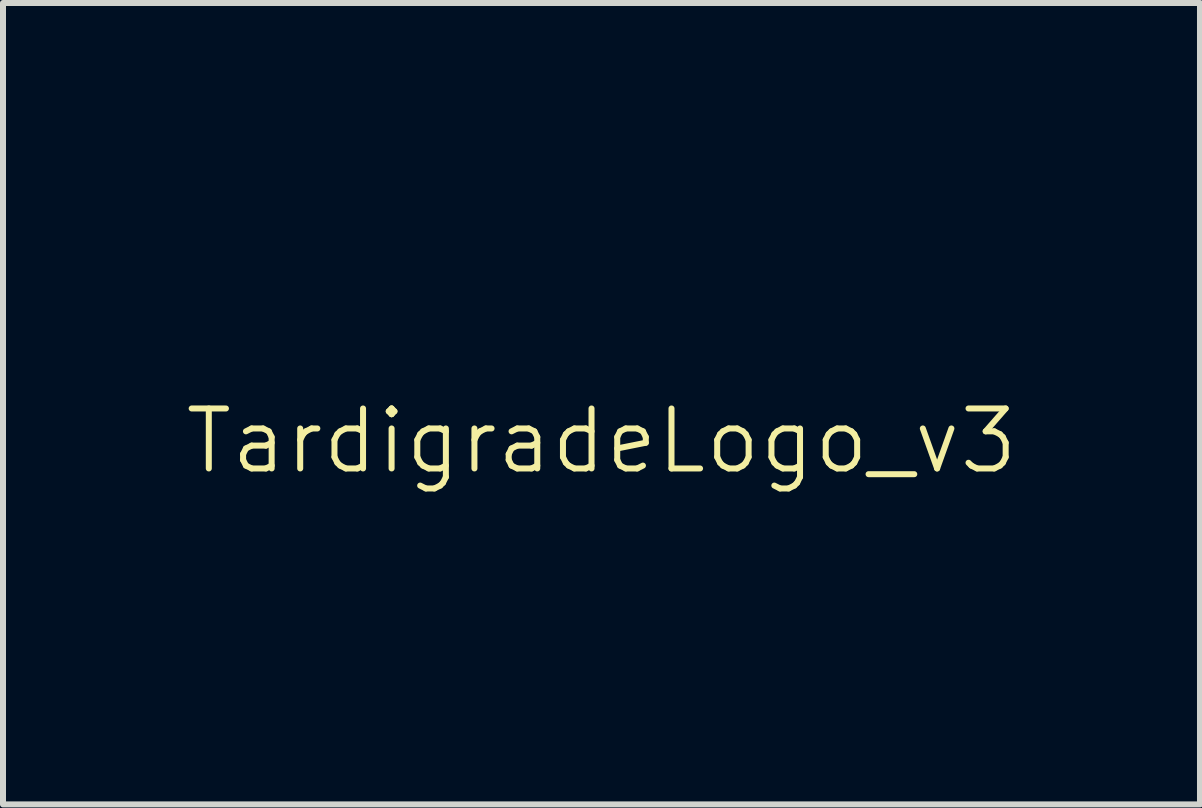
<source format=kicad_pcb>
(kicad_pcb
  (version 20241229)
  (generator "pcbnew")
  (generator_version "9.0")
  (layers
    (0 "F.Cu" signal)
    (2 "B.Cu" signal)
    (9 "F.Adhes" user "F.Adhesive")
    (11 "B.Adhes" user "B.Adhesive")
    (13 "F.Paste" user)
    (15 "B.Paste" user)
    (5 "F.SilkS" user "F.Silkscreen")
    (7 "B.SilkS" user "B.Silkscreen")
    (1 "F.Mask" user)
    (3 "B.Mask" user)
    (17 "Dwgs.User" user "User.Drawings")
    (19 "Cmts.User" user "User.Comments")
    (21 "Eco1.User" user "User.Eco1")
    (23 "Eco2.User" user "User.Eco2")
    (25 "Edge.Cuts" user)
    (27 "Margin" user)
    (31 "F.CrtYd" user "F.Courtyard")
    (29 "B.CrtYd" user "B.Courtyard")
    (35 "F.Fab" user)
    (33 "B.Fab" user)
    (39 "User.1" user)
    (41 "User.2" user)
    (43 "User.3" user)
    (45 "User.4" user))
  (footprint "TardigradeLogo_v3"
    (layer "F.Cu")
    (at 6.979 4.803)
    (property "Reference" "TardigradeLogo_v3" (at 0 -0.5 0) (unlocked yes) (layer "F.SilkS") (effects (font (size 1 1) (thickness 0.1))))
    (attr smd board_only)
    (fp_line (start -6.007 -0.009) (end -6 -0.09) (stroke (width 0.2) (type solid)) (layer "F.Mask"))
    (fp_line (start -6.007 0.113) (end -6.007 -0.009) (stroke (width 0.2) (type solid)) (layer "F.Mask"))
    (fp_line (start -6 -0.171) (end -5.987 -0.327) (stroke (width 0.2) (type solid)) (layer "F.Mask"))
    (fp_line (start -6 -0.09) (end -6 -0.171) (stroke (width 0.2) (type solid)) (layer "F.Mask"))
    (fp_line (start -6 0.194) (end -6.007 0.113) (stroke (width 0.2) (type solid)) (layer "F.Mask"))
    (fp_line (start -6 0.276) (end -6 0.194) (stroke (width 0.2) (type solid)) (layer "F.Mask"))
    (fp_line (start -5.994 0.343) (end -6 0.276) (stroke (width 0.2) (type solid)) (layer "F.Mask"))
    (fp_line (start -5.989 0.408) (end -5.994 0.343) (stroke (width 0.2) (type solid)) (layer "F.Mask"))
    (fp_line (start -5.987 -0.327) (end -5.974 -0.449) (stroke (width 0.2) (type solid)) (layer "F.Mask"))
    (fp_line (start -5.983 0.473) (end -5.989 0.408) (stroke (width 0.2) (type solid)) (layer "F.Mask"))
    (fp_line (start -5.976 0.537) (end -5.983 0.473) (stroke (width 0.2) (type solid)) (layer "F.Mask"))
    (fp_line (start -5.974 -0.449) (end -5.958 -0.566) (stroke (width 0.2) (type solid)) (layer "F.Mask"))
    (fp_line (start -5.968 0.602) (end -5.976 0.537) (stroke (width 0.2) (type solid)) (layer "F.Mask"))
    (fp_line (start -5.959 0.666) (end -5.968 0.602) (stroke (width 0.2) (type solid)) (layer "F.Mask"))
    (fp_line (start -5.958 -0.566) (end -5.939 -0.681) (stroke (width 0.2) (type solid)) (layer "F.Mask"))
    (fp_line (start -5.95 0.73) (end -5.959 0.666) (stroke (width 0.2) (type solid)) (layer "F.Mask"))
    (fp_line (start -5.939 0.794) (end -5.95 0.73) (stroke (width 0.2) (type solid)) (layer "F.Mask"))
    (fp_line (start -5.939 -0.681) (end -5.917 -0.793) (stroke (width 0.2) (type solid)) (layer "F.Mask"))
    (fp_line (start -5.928 0.858) (end -5.939 0.794) (stroke (width 0.2) (type solid)) (layer "F.Mask"))
    (fp_line (start -5.917 -0.793) (end -5.891 -0.905) (stroke (width 0.2) (type solid)) (layer "F.Mask"))
    (fp_line (start -5.908 0.965) (end -5.928 0.858) (stroke (width 0.2) (type solid)) (layer "F.Mask"))
    (fp_line (start -5.891 -0.905) (end -5.862 -1.018) (stroke (width 0.2) (type solid)) (layer "F.Mask"))
    (fp_line (start -5.887 1.065) (end -5.908 0.965) (stroke (width 0.2) (type solid)) (layer "F.Mask"))
    (fp_line (start -5.865 1.161) (end -5.887 1.065) (stroke (width 0.2) (type solid)) (layer "F.Mask"))
    (fp_line (start -5.862 -1.018) (end -5.829 -1.132) (stroke (width 0.2) (type solid)) (layer "F.Mask"))
    (fp_line (start -5.852 1.207) (end -5.865 1.161) (stroke (width 0.2) (type solid)) (layer "F.Mask"))
    (fp_line (start -5.838 1.253) (end -5.852 1.207) (stroke (width 0.2) (type solid)) (layer "F.Mask"))
    (fp_line (start -5.829 -1.132) (end -5.792 -1.248) (stroke (width 0.2) (type solid)) (layer "F.Mask"))
    (fp_line (start -5.824 1.298) (end -5.838 1.253) (stroke (width 0.2) (type solid)) (layer "F.Mask"))
    (fp_line (start -5.808 1.343) (end -5.824 1.298) (stroke (width 0.2) (type solid)) (layer "F.Mask"))
    (fp_line (start -5.792 -1.248) (end -5.71 -1.475) (stroke (width 0.2) (type solid)) (layer "F.Mask"))
    (fp_line (start -5.79 1.388) (end -5.808 1.343) (stroke (width 0.2) (type solid)) (layer "F.Mask"))
    (fp_line (start -5.771 1.434) (end -5.79 1.388) (stroke (width 0.2) (type solid)) (layer "F.Mask"))
    (fp_line (start -5.75 1.48) (end -5.771 1.434) (stroke (width 0.2) (type solid)) (layer "F.Mask"))
    (fp_line (start -5.727 1.527) (end -5.75 1.48) (stroke (width 0.2) (type solid)) (layer "F.Mask"))
    (fp_line (start -5.71 -1.475) (end -5.617 -1.694) (stroke (width 0.2) (type solid)) (layer "F.Mask"))
    (fp_line (start -5.702 1.574) (end -5.727 1.527) (stroke (width 0.2) (type solid)) (layer "F.Mask"))
    (fp_line (start -5.675 1.624) (end -5.702 1.574) (stroke (width 0.2) (type solid)) (layer "F.Mask"))
    (fp_line (start -5.654 1.659) (end -5.675 1.624) (stroke (width 0.2) (type solid)) (layer "F.Mask"))
    (fp_line (start -5.633 1.694) (end -5.654 1.659) (stroke (width 0.2) (type solid)) (layer "F.Mask"))
    (fp_line (start -5.617 -1.694) (end -5.513 -1.907) (stroke (width 0.2) (type solid)) (layer "F.Mask"))
    (fp_line (start -5.612 1.729) (end -5.633 1.694) (stroke (width 0.2) (type solid)) (layer "F.Mask"))
    (fp_line (start -5.59 1.764) (end -5.612 1.729) (stroke (width 0.2) (type solid)) (layer "F.Mask"))
    (fp_line (start -5.567 1.798) (end -5.59 1.764) (stroke (width 0.2) (type solid)) (layer "F.Mask"))
    (fp_line (start -5.555 1.815) (end -5.567 1.798) (stroke (width 0.2) (type solid)) (layer "F.Mask"))
    (fp_line (start -5.543 1.831) (end -5.555 1.815) (stroke (width 0.2) (type solid)) (layer "F.Mask"))
    (fp_line (start -5.53 1.847) (end -5.543 1.831) (stroke (width 0.2) (type solid)) (layer "F.Mask"))
    (fp_line (start -5.517 1.863) (end -5.53 1.847) (stroke (width 0.2) (type solid)) (layer "F.Mask"))
    (fp_line (start -5.513 -1.907) (end -5.398 -2.112) (stroke (width 0.2) (type solid)) (layer "F.Mask"))
    (fp_line (start -5.504 1.879) (end -5.517 1.863) (stroke (width 0.2) (type solid)) (layer "F.Mask"))
    (fp_line (start -5.491 1.894) (end -5.504 1.879) (stroke (width 0.2) (type solid)) (layer "F.Mask"))
    (fp_line (start -5.463 1.924) (end -5.491 1.894) (stroke (width 0.2) (type solid)) (layer "F.Mask"))
    (fp_line (start -5.435 1.952) (end -5.463 1.924) (stroke (width 0.2) (type solid)) (layer "F.Mask"))
    (fp_line (start -5.406 1.979) (end -5.435 1.952) (stroke (width 0.2) (type solid)) (layer "F.Mask"))
    (fp_line (start -5.398 -2.112) (end -5.274 -2.31) (stroke (width 0.2) (type solid)) (layer "F.Mask"))
    (fp_line (start -5.376 2.005) (end -5.406 1.979) (stroke (width 0.2) (type solid)) (layer "F.Mask"))
    (fp_line (start -5.345 2.03) (end -5.376 2.005) (stroke (width 0.2) (type solid)) (layer "F.Mask"))
    (fp_line (start -5.313 2.054) (end -5.345 2.03) (stroke (width 0.2) (type solid)) (layer "F.Mask"))
    (fp_line (start -5.28 2.076) (end -5.313 2.054) (stroke (width 0.2) (type solid)) (layer "F.Mask"))
    (fp_line (start -5.274 -2.31) (end -5.141 -2.501) (stroke (width 0.2) (type solid)) (layer "F.Mask"))
    (fp_line (start -5.246 2.097) (end -5.28 2.076) (stroke (width 0.2) (type solid)) (layer "F.Mask"))
    (fp_line (start -5.212 2.117) (end -5.246 2.097) (stroke (width 0.2) (type solid)) (layer "F.Mask"))
    (fp_line (start -5.177 2.135) (end -5.212 2.117) (stroke (width 0.2) (type solid)) (layer "F.Mask"))
    (fp_line (start -5.141 2.152) (end -5.177 2.135) (stroke (width 0.2) (type solid)) (layer "F.Mask"))
    (fp_line (start -5.141 -2.501) (end -4.998 -2.685) (stroke (width 0.2) (type solid)) (layer "F.Mask"))
    (fp_line (start -5.104 2.167) (end -5.141 2.152) (stroke (width 0.2) (type solid)) (layer "F.Mask"))
    (fp_line (start -5.091 -0.336) (end -5.091 -0.392) (stroke (width 0.2) (type solid)) (layer "F.Mask"))
    (fp_line (start -5.091 -0.392) (end -5.088 -0.446) (stroke (width 0.2) (type solid)) (layer "F.Mask"))
    (fp_line (start -5.09 -0.278) (end -5.091 -0.336) (stroke (width 0.2) (type solid)) (layer "F.Mask"))
    (fp_line (start -5.088 -0.446) (end -5.084 -0.499) (stroke (width 0.2) (type solid)) (layer "F.Mask"))
    (fp_line (start -5.084 -0.499) (end -5.077 -0.549) (stroke (width 0.2) (type solid)) (layer "F.Mask"))
    (fp_line (start -5.083 -0.256) (end -5.09 -0.278) (stroke (width 0.2) (type solid)) (layer "F.Mask"))
    (fp_line (start -5.077 -0.549) (end -5.069 -0.598) (stroke (width 0.2) (type solid)) (layer "F.Mask"))
    (fp_line (start -5.076 -0.234) (end -5.083 -0.256) (stroke (width 0.2) (type solid)) (layer "F.Mask"))
    (fp_line (start -5.069 -0.598) (end -5.06 -0.645) (stroke (width 0.2) (type solid)) (layer "F.Mask"))
    (fp_line (start -5.069 -0.214) (end -5.076 -0.234) (stroke (width 0.2) (type solid)) (layer "F.Mask"))
    (fp_line (start -5.067 2.18) (end -5.104 2.167) (stroke (width 0.2) (type solid)) (layer "F.Mask"))
    (fp_line (start -5.061 -0.195) (end -5.069 -0.214) (stroke (width 0.2) (type solid)) (layer "F.Mask"))
    (fp_line (start -5.06 -0.645) (end -5.048 -0.691) (stroke (width 0.2) (type solid)) (layer "F.Mask"))
    (fp_line (start -5.054 -0.176) (end -5.061 -0.195) (stroke (width 0.2) (type solid)) (layer "F.Mask"))
    (fp_line (start -5.048 -0.691) (end -5.035 -0.735) (stroke (width 0.2) (type solid)) (layer "F.Mask"))
    (fp_line (start -5.046 -0.159) (end -5.054 -0.176) (stroke (width 0.2) (type solid)) (layer "F.Mask"))
    (fp_line (start -5.039 -0.142) (end -5.046 -0.159) (stroke (width 0.2) (type solid)) (layer "F.Mask"))
    (fp_line (start -5.035 -0.735) (end -5.02 -0.778) (stroke (width 0.2) (type solid)) (layer "F.Mask"))
    (fp_line (start -5.031 -0.126) (end -5.039 -0.142) (stroke (width 0.2) (type solid)) (layer "F.Mask"))
    (fp_line (start -5.028 2.192) (end -5.067 2.18) (stroke (width 0.2) (type solid)) (layer "F.Mask"))
    (fp_line (start -5.023 -0.11) (end -5.031 -0.126) (stroke (width 0.2) (type solid)) (layer "F.Mask"))
    (fp_line (start -5.02 -0.778) (end -4.987 -0.859) (stroke (width 0.2) (type solid)) (layer "F.Mask"))
    (fp_line (start -5.016 -0.096) (end -5.023 -0.11) (stroke (width 0.2) (type solid)) (layer "F.Mask"))
    (fp_line (start -5.008 -0.082) (end -5.016 -0.096) (stroke (width 0.2) (type solid)) (layer "F.Mask"))
    (fp_line (start -5.001 -0.069) (end -5.008 -0.082) (stroke (width 0.2) (type solid)) (layer "F.Mask"))
    (fp_line (start -4.998 -2.685) (end -4.846 -2.862) (stroke (width 0.2) (type solid)) (layer "F.Mask"))
    (fp_line (start -4.993 -0.057) (end -5.001 -0.069) (stroke (width 0.2) (type solid)) (layer "F.Mask"))
    (fp_line (start -4.989 2.202) (end -5.028 2.192) (stroke (width 0.2) (type solid)) (layer "F.Mask"))
    (fp_line (start -4.987 -0.859) (end -4.948 -0.936) (stroke (width 0.2) (type solid)) (layer "F.Mask"))
    (fp_line (start -4.986 -0.046) (end -4.993 -0.057) (stroke (width 0.2) (type solid)) (layer "F.Mask"))
    (fp_line (start -4.979 -0.035) (end -4.986 -0.046) (stroke (width 0.2) (type solid)) (layer "F.Mask"))
    (fp_line (start -4.972 -0.025) (end -4.979 -0.035) (stroke (width 0.2) (type solid)) (layer "F.Mask"))
    (fp_line (start -4.965 -0.016) (end -4.972 -0.025) (stroke (width 0.2) (type solid)) (layer "F.Mask"))
    (fp_line (start -4.959 -0.007) (end -4.965 -0.016) (stroke (width 0.2) (type solid)) (layer "F.Mask"))
    (fp_line (start -4.95 2.21) (end -4.989 2.202) (stroke (width 0.2) (type solid)) (layer "F.Mask"))
    (fp_line (start -4.948 -0.936) (end -4.905 -1.008) (stroke (width 0.2) (type solid)) (layer "F.Mask"))
    (fp_line (start -4.947 0.007) (end -4.959 -0.007) (stroke (width 0.2) (type solid)) (layer "F.Mask"))
    (fp_line (start -4.936 0.02) (end -4.947 0.007) (stroke (width 0.2) (type solid)) (layer "F.Mask"))
    (fp_line (start -4.927 0.029) (end -4.936 0.02) (stroke (width 0.2) (type solid)) (layer "F.Mask"))
    (fp_line (start -4.919 0.036) (end -4.927 0.029) (stroke (width 0.2) (type solid)) (layer "F.Mask"))
    (fp_line (start -4.914 0.041) (end -4.919 0.036) (stroke (width 0.2) (type solid)) (layer "F.Mask"))
    (fp_line (start -4.91 0.043) (end -4.914 0.041) (stroke (width 0.2) (type solid)) (layer "F.Mask"))
    (fp_line (start -4.909 0.043) (end -4.91 0.043) (stroke (width 0.2) (type solid)) (layer "F.Mask"))
    (fp_line (start -4.909 0.043) (end -4.909 0.043) (stroke (width 0.2) (type solid)) (layer "F.Mask"))
    (fp_line (start -4.905 -1.008) (end -4.857 -1.076) (stroke (width 0.2) (type solid)) (layer "F.Mask"))
    (fp_line (start -4.889 2.215) (end -4.95 2.21) (stroke (width 0.2) (type solid)) (layer "F.Mask"))
    (fp_line (start -4.887 0.063) (end -4.909 0.043) (stroke (width 0.2) (type solid)) (layer "F.Mask"))
    (fp_line (start -4.865 0.082) (end -4.887 0.063) (stroke (width 0.2) (type solid)) (layer "F.Mask"))
    (fp_line (start -4.857 -1.076) (end -4.806 -1.142) (stroke (width 0.2) (type solid)) (layer "F.Mask"))
    (fp_line (start -4.846 -2.862) (end -4.686 -3.031) (stroke (width 0.2) (type solid)) (layer "F.Mask"))
    (fp_line (start -4.843 0.1) (end -4.865 0.082) (stroke (width 0.2) (type solid)) (layer "F.Mask"))
    (fp_line (start -4.821 0.116) (end -4.843 0.1) (stroke (width 0.2) (type solid)) (layer "F.Mask"))
    (fp_line (start -4.806 -1.142) (end -4.751 -1.205) (stroke (width 0.2) (type solid)) (layer "F.Mask"))
    (fp_line (start -4.8 0.132) (end -4.821 0.116) (stroke (width 0.2) (type solid)) (layer "F.Mask"))
    (fp_line (start -4.778 0.147) (end -4.8 0.132) (stroke (width 0.2) (type solid)) (layer "F.Mask"))
    (fp_line (start -4.774 2.226) (end -4.889 2.215) (stroke (width 0.2) (type solid)) (layer "F.Mask"))
    (fp_line (start -4.757 0.162) (end -4.778 0.147) (stroke (width 0.2) (type solid)) (layer "F.Mask"))
    (fp_line (start -4.751 -1.205) (end -4.694 -1.266) (stroke (width 0.2) (type solid)) (layer "F.Mask"))
    (fp_line (start -4.744 2.226) (end -4.774 2.226) (stroke (width 0.2) (type solid)) (layer "F.Mask"))
    (fp_line (start -4.736 0.175) (end -4.757 0.162) (stroke (width 0.2) (type solid)) (layer "F.Mask"))
    (fp_line (start -4.715 0.187) (end -4.736 0.175) (stroke (width 0.2) (type solid)) (layer "F.Mask"))
    (fp_line (start -4.715 2.226) (end -4.744 2.226) (stroke (width 0.2) (type solid)) (layer "F.Mask"))
    (fp_line (start -4.695 0.199) (end -4.715 0.187) (stroke (width 0.2) (type solid)) (layer "F.Mask"))
    (fp_line (start -4.694 -1.266) (end -4.573 -1.384) (stroke (width 0.2) (type solid)) (layer "F.Mask"))
    (fp_line (start -4.687 2.225) (end -4.715 2.226) (stroke (width 0.2) (type solid)) (layer "F.Mask"))
    (fp_line (start -4.686 -3.031) (end -4.518 -3.193) (stroke (width 0.2) (type solid)) (layer "F.Mask"))
    (fp_line (start -4.659 2.223) (end -4.687 2.225) (stroke (width 0.2) (type solid)) (layer "F.Mask"))
    (fp_line (start -4.656 0.22) (end -4.695 0.199) (stroke (width 0.2) (type solid)) (layer "F.Mask"))
    (fp_line (start -4.631 2.221) (end -4.659 2.223) (stroke (width 0.2) (type solid)) (layer "F.Mask"))
    (fp_line (start -4.619 0.238) (end -4.656 0.22) (stroke (width 0.2) (type solid)) (layer "F.Mask"))
    (fp_line (start -4.603 2.217) (end -4.631 2.221) (stroke (width 0.2) (type solid)) (layer "F.Mask"))
    (fp_line (start -4.584 0.253) (end -4.619 0.238) (stroke (width 0.2) (type solid)) (layer "F.Mask"))
    (fp_line (start -4.576 2.213) (end -4.603 2.217) (stroke (width 0.2) (type solid)) (layer "F.Mask"))
    (fp_line (start -4.573 -1.384) (end -4.449 -1.501) (stroke (width 0.2) (type solid)) (layer "F.Mask"))
    (fp_line (start -4.552 0.266) (end -4.584 0.253) (stroke (width 0.2) (type solid)) (layer "F.Mask"))
    (fp_line (start -4.55 2.208) (end -4.576 2.213) (stroke (width 0.2) (type solid)) (layer "F.Mask"))
    (fp_line (start -4.523 0.276) (end -4.552 0.266) (stroke (width 0.2) (type solid)) (layer "F.Mask"))
    (fp_line (start -4.523 2.202) (end -4.55 2.208) (stroke (width 0.2) (type solid)) (layer "F.Mask"))
    (fp_line (start -4.518 -3.193) (end -4.342 -3.347) (stroke (width 0.2) (type solid)) (layer "F.Mask"))
    (fp_line (start -4.498 0.285) (end -4.523 0.276) (stroke (width 0.2) (type solid)) (layer "F.Mask"))
    (fp_line (start -4.497 2.195) (end -4.523 2.202) (stroke (width 0.2) (type solid)) (layer "F.Mask"))
    (fp_line (start -4.476 0.291) (end -4.498 0.285) (stroke (width 0.2) (type solid)) (layer "F.Mask"))
    (fp_line (start -4.47 2.186) (end -4.497 2.195) (stroke (width 0.2) (type solid)) (layer "F.Mask"))
    (fp_line (start -4.449 -1.501) (end -4.355 -1.572) (stroke (width 0.2) (type solid)) (layer "F.Mask"))
    (fp_line (start -4.446 0.298) (end -4.476 0.291) (stroke (width 0.2) (type solid)) (layer "F.Mask"))
    (fp_line (start -4.444 2.177) (end -4.47 2.186) (stroke (width 0.2) (type solid)) (layer "F.Mask"))
    (fp_line (start -4.435 0.3) (end -4.446 0.298) (stroke (width 0.2) (type solid)) (layer "F.Mask"))
    (fp_line (start -4.418 2.166) (end -4.444 2.177) (stroke (width 0.2) (type solid)) (layer "F.Mask"))
    (fp_line (start -4.392 2.154) (end -4.418 2.166) (stroke (width 0.2) (type solid)) (layer "F.Mask"))
    (fp_line (start -4.366 2.14) (end -4.392 2.154) (stroke (width 0.2) (type solid)) (layer "F.Mask"))
    (fp_line (start -4.355 -1.572) (end -4.266 -1.636) (stroke (width 0.2) (type solid)) (layer "F.Mask"))
    (fp_line (start -4.342 -3.347) (end -4.158 -3.494) (stroke (width 0.2) (type solid)) (layer "F.Mask"))
    (fp_line (start -4.34 2.125) (end -4.366 2.14) (stroke (width 0.2) (type solid)) (layer "F.Mask"))
    (fp_line (start -4.326 0.325) (end -4.435 0.3) (stroke (width 0.2) (type solid)) (layer "F.Mask"))
    (fp_line (start -4.318 2.111) (end -4.34 2.125) (stroke (width 0.2) (type solid)) (layer "F.Mask"))
    (fp_line (start -4.297 2.097) (end -4.318 2.111) (stroke (width 0.2) (type solid)) (layer "F.Mask"))
    (fp_line (start -4.277 2.083) (end -4.297 2.097) (stroke (width 0.2) (type solid)) (layer "F.Mask"))
    (fp_line (start -4.266 -1.636) (end -4.181 -1.693) (stroke (width 0.2) (type solid)) (layer "F.Mask"))
    (fp_line (start -4.259 2.068) (end -4.277 2.083) (stroke (width 0.2) (type solid)) (layer "F.Mask"))
    (fp_line (start -4.241 2.054) (end -4.259 2.068) (stroke (width 0.2) (type solid)) (layer "F.Mask"))
    (fp_line (start -4.224 2.039) (end -4.241 2.054) (stroke (width 0.2) (type solid)) (layer "F.Mask"))
    (fp_line (start -4.208 2.023) (end -4.224 2.039) (stroke (width 0.2) (type solid)) (layer "F.Mask"))
    (fp_line (start -4.192 2.008) (end -4.208 2.023) (stroke (width 0.2) (type solid)) (layer "F.Mask"))
    (fp_line (start -4.181 -1.693) (end -4.101 -1.743) (stroke (width 0.2) (type solid)) (layer "F.Mask"))
    (fp_line (start -4.177 1.992) (end -4.192 2.008) (stroke (width 0.2) (type solid)) (layer "F.Mask"))
    (fp_line (start -4.161 1.975) (end -4.177 1.992) (stroke (width 0.2) (type solid)) (layer "F.Mask"))
    (fp_line (start -4.158 -3.494) (end -3.968 -3.633) (stroke (width 0.2) (type solid)) (layer "F.Mask"))
    (fp_line (start -4.148 0.35) (end -4.326 0.325) (stroke (width 0.2) (type solid)) (layer "F.Mask"))
    (fp_line (start -4.131 1.941) (end -4.161 1.975) (stroke (width 0.2) (type solid)) (layer "F.Mask"))
    (fp_line (start -4.101 -1.743) (end -4.025 -1.788) (stroke (width 0.2) (type solid)) (layer "F.Mask"))
    (fp_line (start -4.067 1.867) (end -4.131 1.941) (stroke (width 0.2) (type solid)) (layer "F.Mask"))
    (fp_line (start -4.025 -1.788) (end -3.952 -1.827) (stroke (width 0.2) (type solid)) (layer "F.Mask"))
    (fp_line (start -3.988 1.776) (end -4.067 1.867) (stroke (width 0.2) (type solid)) (layer "F.Mask"))
    (fp_line (start -3.968 -3.633) (end -3.771 -3.764) (stroke (width 0.2) (type solid)) (layer "F.Mask"))
    (fp_line (start -3.952 -1.827) (end -3.882 -1.862) (stroke (width 0.2) (type solid)) (layer "F.Mask"))
    (fp_line (start -3.947 1.73) (end -3.988 1.776) (stroke (width 0.2) (type solid)) (layer "F.Mask"))
    (fp_line (start -3.904 1.683) (end -3.947 1.73) (stroke (width 0.2) (type solid)) (layer "F.Mask"))
    (fp_line (start -3.882 -1.862) (end -3.814 -1.893) (stroke (width 0.2) (type solid)) (layer "F.Mask"))
    (fp_line (start -3.86 1.639) (end -3.904 1.683) (stroke (width 0.2) (type solid)) (layer "F.Mask"))
    (fp_line (start -3.851 0.38) (end -4.148 0.35) (stroke (width 0.2) (type solid)) (layer "F.Mask"))
    (fp_line (start -3.838 1.617) (end -3.86 1.639) (stroke (width 0.2) (type solid)) (layer "F.Mask"))
    (fp_line (start -3.816 1.595) (end -3.838 1.617) (stroke (width 0.2) (type solid)) (layer "F.Mask"))
    (fp_line (start -3.814 -1.893) (end -3.749 -1.921) (stroke (width 0.2) (type solid)) (layer "F.Mask"))
    (fp_line (start -3.793 1.575) (end -3.816 1.595) (stroke (width 0.2) (type solid)) (layer "F.Mask"))
    (fp_line (start -3.771 -3.764) (end -3.567 -3.888) (stroke (width 0.2) (type solid)) (layer "F.Mask"))
    (fp_line (start -3.77 1.555) (end -3.793 1.575) (stroke (width 0.2) (type solid)) (layer "F.Mask"))
    (fp_line (start -3.749 -1.921) (end -3.684 -1.946) (stroke (width 0.2) (type solid)) (layer "F.Mask"))
    (fp_line (start -3.747 1.536) (end -3.77 1.555) (stroke (width 0.2) (type solid)) (layer "F.Mask"))
    (fp_line (start -3.724 1.518) (end -3.747 1.536) (stroke (width 0.2) (type solid)) (layer "F.Mask"))
    (fp_line (start -3.693 1.496) (end -3.724 1.518) (stroke (width 0.2) (type solid)) (layer "F.Mask"))
    (fp_line (start -3.684 -1.946) (end -3.559 -1.99) (stroke (width 0.2) (type solid)) (layer "F.Mask"))
    (fp_line (start -3.662 1.476) (end -3.693 1.496) (stroke (width 0.2) (type solid)) (layer "F.Mask"))
    (fp_line (start -3.632 1.459) (end -3.662 1.476) (stroke (width 0.2) (type solid)) (layer "F.Mask"))
    (fp_line (start -3.602 1.443) (end -3.632 1.459) (stroke (width 0.2) (type solid)) (layer "F.Mask"))
    (fp_line (start -3.572 1.429) (end -3.602 1.443) (stroke (width 0.2) (type solid)) (layer "F.Mask"))
    (fp_line (start -3.567 -3.888) (end -3.358 -4.004) (stroke (width 0.2) (type solid)) (layer "F.Mask"))
    (fp_line (start -3.559 -1.99) (end -3.306 -2.07) (stroke (width 0.2) (type solid)) (layer "F.Mask"))
    (fp_line (start -3.543 1.417) (end -3.572 1.429) (stroke (width 0.2) (type solid)) (layer "F.Mask"))
    (fp_line (start -3.513 1.407) (end -3.543 1.417) (stroke (width 0.2) (type solid)) (layer "F.Mask"))
    (fp_line (start -3.482 1.398) (end -3.513 1.407) (stroke (width 0.2) (type solid)) (layer "F.Mask"))
    (fp_line (start -3.452 1.39) (end -3.482 1.398) (stroke (width 0.2) (type solid)) (layer "F.Mask"))
    (fp_line (start -3.421 1.384) (end -3.452 1.39) (stroke (width 0.2) (type solid)) (layer "F.Mask"))
    (fp_line (start -3.407 0.412) (end -3.851 0.38) (stroke (width 0.2) (type solid)) (layer "F.Mask"))
    (fp_line (start -3.389 1.378) (end -3.421 1.384) (stroke (width 0.2) (type solid)) (layer "F.Mask"))
    (fp_line (start -3.358 -4.004) (end -3.249 -4.06) (stroke (width 0.2) (type solid)) (layer "F.Mask"))
    (fp_line (start -3.356 1.374) (end -3.389 1.378) (stroke (width 0.2) (type solid)) (layer "F.Mask"))
    (fp_line (start -3.306 -2.07) (end -3.218 -2.085) (stroke (width 0.2) (type solid)) (layer "F.Mask"))
    (fp_line (start -3.289 1.366) (end -3.356 1.374) (stroke (width 0.2) (type solid)) (layer "F.Mask"))
    (fp_line (start -3.249 -4.06) (end -3.138 -4.114) (stroke (width 0.2) (type solid)) (layer "F.Mask"))
    (fp_line (start -3.218 -2.085) (end -3.128 -2.097) (stroke (width 0.2) (type solid)) (layer "F.Mask"))
    (fp_line (start -3.216 1.361) (end -3.289 1.366) (stroke (width 0.2) (type solid)) (layer "F.Mask"))
    (fp_line (start -3.138 -4.114) (end -3.026 -4.165) (stroke (width 0.2) (type solid)) (layer "F.Mask"))
    (fp_line (start -3.128 -2.097) (end -3.038 -2.104) (stroke (width 0.2) (type solid)) (layer "F.Mask"))
    (fp_line (start -3.038 -2.104) (end -2.948 -2.109) (stroke (width 0.2) (type solid)) (layer "F.Mask"))
    (fp_line (start -3.026 -4.165) (end -2.914 -4.214) (stroke (width 0.2) (type solid)) (layer "F.Mask"))
    (fp_line (start -3.013 1.379) (end -3.216 1.361) (stroke (width 0.2) (type solid)) (layer "F.Mask"))
    (fp_line (start -2.966 1.388) (end -3.013 1.379) (stroke (width 0.2) (type solid)) (layer "F.Mask"))
    (fp_line (start -2.948 -2.109) (end -2.858 -2.111) (stroke (width 0.2) (type solid)) (layer "F.Mask"))
    (fp_line (start -2.92 1.398) (end -2.966 1.388) (stroke (width 0.2) (type solid)) (layer "F.Mask"))
    (fp_line (start -2.914 -4.214) (end -2.8 -4.26) (stroke (width 0.2) (type solid)) (layer "F.Mask"))
    (fp_line (start -2.875 1.409) (end -2.92 1.398) (stroke (width 0.2) (type solid)) (layer "F.Mask"))
    (fp_line (start -2.858 -2.111) (end -2.769 -2.11) (stroke (width 0.2) (type solid)) (layer "F.Mask"))
    (fp_line (start -2.832 1.421) (end -2.875 1.409) (stroke (width 0.2) (type solid)) (layer "F.Mask"))
    (fp_line (start -2.8 -4.26) (end -2.686 -4.304) (stroke (width 0.2) (type solid)) (layer "F.Mask"))
    (fp_line (start -2.79 1.436) (end -2.832 1.421) (stroke (width 0.2) (type solid)) (layer "F.Mask"))
    (fp_line (start -2.789 0.442) (end -3.407 0.412) (stroke (width 0.2) (type solid)) (layer "F.Mask"))
    (fp_line (start -2.769 -2.11) (end -2.681 -2.106) (stroke (width 0.2) (type solid)) (layer "F.Mask"))
    (fp_line (start -2.749 1.451) (end -2.79 1.436) (stroke (width 0.2) (type solid)) (layer "F.Mask"))
    (fp_line (start -2.709 1.469) (end -2.749 1.451) (stroke (width 0.2) (type solid)) (layer "F.Mask"))
    (fp_line (start -2.686 -4.304) (end -2.571 -4.346) (stroke (width 0.2) (type solid)) (layer "F.Mask"))
    (fp_line (start -2.681 -2.106) (end -2.596 -2.1) (stroke (width 0.2) (type solid)) (layer "F.Mask"))
    (fp_line (start -2.67 1.487) (end -2.709 1.469) (stroke (width 0.2) (type solid)) (layer "F.Mask"))
    (fp_line (start -2.631 1.508) (end -2.67 1.487) (stroke (width 0.2) (type solid)) (layer "F.Mask"))
    (fp_line (start -2.596 -2.1) (end -2.512 -2.092) (stroke (width 0.2) (type solid)) (layer "F.Mask"))
    (fp_line (start -2.594 1.53) (end -2.631 1.508) (stroke (width 0.2) (type solid)) (layer "F.Mask"))
    (fp_line (start -2.571 -4.346) (end -2.455 -4.385) (stroke (width 0.2) (type solid)) (layer "F.Mask"))
    (fp_line (start -2.557 1.555) (end -2.594 1.53) (stroke (width 0.2) (type solid)) (layer "F.Mask"))
    (fp_line (start -2.521 1.581) (end -2.557 1.555) (stroke (width 0.2) (type solid)) (layer "F.Mask"))
    (fp_line (start -2.512 -2.092) (end -2.431 -2.082) (stroke (width 0.2) (type solid)) (layer "F.Mask"))
    (fp_line (start -2.486 1.609) (end -2.521 1.581) (stroke (width 0.2) (type solid)) (layer "F.Mask"))
    (fp_line (start -2.455 -4.385) (end -2.221 -4.456) (stroke (width 0.2) (type solid)) (layer "F.Mask"))
    (fp_line (start -2.451 1.639) (end -2.486 1.609) (stroke (width 0.2) (type solid)) (layer "F.Mask"))
    (fp_line (start -2.431 -2.082) (end -2.278 -2.058) (stroke (width 0.2) (type solid)) (layer "F.Mask"))
    (fp_line (start -2.417 1.671) (end -2.451 1.639) (stroke (width 0.2) (type solid)) (layer "F.Mask"))
    (fp_line (start -2.383 1.705) (end -2.417 1.671) (stroke (width 0.2) (type solid)) (layer "F.Mask"))
    (fp_line (start -2.358 1.731) (end -2.383 1.705) (stroke (width 0.2) (type solid)) (layer "F.Mask"))
    (fp_line (start -2.334 1.759) (end -2.358 1.731) (stroke (width 0.2) (type solid)) (layer "F.Mask"))
    (fp_line (start -2.311 1.786) (end -2.334 1.759) (stroke (width 0.2) (type solid)) (layer "F.Mask"))
    (fp_line (start -2.288 1.814) (end -2.311 1.786) (stroke (width 0.2) (type solid)) (layer "F.Mask"))
    (fp_line (start -2.278 -2.058) (end -2.141 -2.029) (stroke (width 0.2) (type solid)) (layer "F.Mask"))
    (fp_line (start -2.221 -4.456) (end -1.984 -4.519) (stroke (width 0.2) (type solid)) (layer "F.Mask"))
    (fp_line (start -2.199 1.929) (end -2.288 1.814) (stroke (width 0.2) (type solid)) (layer "F.Mask"))
    (fp_line (start -2.154 1.985) (end -2.199 1.929) (stroke (width 0.2) (type solid)) (layer "F.Mask"))
    (fp_line (start -2.141 -2.029) (end -2.024 -1.998) (stroke (width 0.2) (type solid)) (layer "F.Mask"))
    (fp_line (start -2.131 2.013) (end -2.154 1.985) (stroke (width 0.2) (type solid)) (layer "F.Mask"))
    (fp_line (start -2.107 2.04) (end -2.131 2.013) (stroke (width 0.2) (type solid)) (layer "F.Mask"))
    (fp_line (start -2.082 2.067) (end -2.107 2.04) (stroke (width 0.2) (type solid)) (layer "F.Mask"))
    (fp_line (start -2.057 2.093) (end -2.082 2.067) (stroke (width 0.2) (type solid)) (layer "F.Mask"))
    (fp_line (start -2.031 2.118) (end -2.057 2.093) (stroke (width 0.2) (type solid)) (layer "F.Mask"))
    (fp_line (start -2.024 -1.998) (end -1.927 -1.963) (stroke (width 0.2) (type solid)) (layer "F.Mask"))
    (fp_line (start -2.003 2.142) (end -2.031 2.118) (stroke (width 0.2) (type solid)) (layer "F.Mask"))
    (fp_line (start -1.984 -4.519) (end -1.744 -4.573) (stroke (width 0.2) (type solid)) (layer "F.Mask"))
    (fp_line (start -1.982 2.16) (end -2.003 2.142) (stroke (width 0.2) (type solid)) (layer "F.Mask"))
    (fp_line (start -1.968 0.468) (end -2.789 0.442) (stroke (width 0.2) (type solid)) (layer "F.Mask"))
    (fp_line (start -1.959 2.178) (end -1.982 2.16) (stroke (width 0.2) (type solid)) (layer "F.Mask"))
    (fp_line (start -1.933 2.196) (end -1.959 2.178) (stroke (width 0.2) (type solid)) (layer "F.Mask"))
    (fp_line (start -1.927 -1.963) (end -1.834 -1.927) (stroke (width 0.2) (type solid)) (layer "F.Mask"))
    (fp_line (start -1.907 2.214) (end -1.933 2.196) (stroke (width 0.2) (type solid)) (layer "F.Mask"))
    (fp_line (start -1.85 2.251) (end -1.907 2.214) (stroke (width 0.2) (type solid)) (layer "F.Mask"))
    (fp_line (start -1.834 -1.927) (end -1.747 -1.891) (stroke (width 0.2) (type solid)) (layer "F.Mask"))
    (fp_line (start -1.79 2.287) (end -1.85 2.251) (stroke (width 0.2) (type solid)) (layer "F.Mask"))
    (fp_line (start -1.747 -1.891) (end -1.664 -1.854) (stroke (width 0.2) (type solid)) (layer "F.Mask"))
    (fp_line (start -1.744 -4.573) (end -1.502 -4.618) (stroke (width 0.2) (type solid)) (layer "F.Mask"))
    (fp_line (start -1.729 2.32) (end -1.79 2.287) (stroke (width 0.2) (type solid)) (layer "F.Mask"))
    (fp_line (start -1.698 2.335) (end -1.729 2.32) (stroke (width 0.2) (type solid)) (layer "F.Mask"))
    (fp_line (start -1.668 2.35) (end -1.698 2.335) (stroke (width 0.2) (type solid)) (layer "F.Mask"))
    (fp_line (start -1.664 -1.854) (end -1.586 -1.817) (stroke (width 0.2) (type solid)) (layer "F.Mask"))
    (fp_line (start -1.639 2.363) (end -1.668 2.35) (stroke (width 0.2) (type solid)) (layer "F.Mask"))
    (fp_line (start -1.61 2.376) (end -1.639 2.363) (stroke (width 0.2) (type solid)) (layer "F.Mask"))
    (fp_line (start -1.586 -1.817) (end -1.514 -1.781) (stroke (width 0.2) (type solid)) (layer "F.Mask"))
    (fp_line (start -1.583 2.386) (end -1.61 2.376) (stroke (width 0.2) (type solid)) (layer "F.Mask"))
    (fp_line (start -1.556 2.396) (end -1.583 2.386) (stroke (width 0.2) (type solid)) (layer "F.Mask"))
    (fp_line (start -1.514 -1.781) (end -1.388 -1.713) (stroke (width 0.2) (type solid)) (layer "F.Mask"))
    (fp_line (start -1.502 -4.618) (end -1.422 -4.63) (stroke (width 0.2) (type solid)) (layer "F.Mask"))
    (fp_line (start -1.501 2.412) (end -1.556 2.396) (stroke (width 0.2) (type solid)) (layer "F.Mask"))
    (fp_line (start -1.444 2.426) (end -1.501 2.412) (stroke (width 0.2) (type solid)) (layer "F.Mask"))
    (fp_line (start -1.422 -4.63) (end -1.342 -4.642) (stroke (width 0.2) (type solid)) (layer "F.Mask"))
    (fp_line (start -1.388 -1.713) (end -1.285 -1.654) (stroke (width 0.2) (type solid)) (layer "F.Mask"))
    (fp_line (start -1.386 2.438) (end -1.444 2.426) (stroke (width 0.2) (type solid)) (layer "F.Mask"))
    (fp_line (start -1.342 -4.642) (end -1.262 -4.652) (stroke (width 0.2) (type solid)) (layer "F.Mask"))
    (fp_line (start -1.326 2.447) (end -1.386 2.438) (stroke (width 0.2) (type solid)) (layer "F.Mask"))
    (fp_line (start -1.285 -1.654) (end -1.21 -1.607) (stroke (width 0.2) (type solid)) (layer "F.Mask"))
    (fp_line (start -1.265 2.453) (end -1.326 2.447) (stroke (width 0.2) (type solid)) (layer "F.Mask"))
    (fp_line (start -1.262 -4.652) (end -1.181 -4.662) (stroke (width 0.2) (type solid)) (layer "F.Mask"))
    (fp_line (start -1.21 -1.607) (end -1.148 -1.564) (stroke (width 0.2) (type solid)) (layer "F.Mask"))
    (fp_line (start -1.203 2.457) (end -1.265 2.453) (stroke (width 0.2) (type solid)) (layer "F.Mask"))
    (fp_line (start -1.181 -4.662) (end -1.101 -4.67) (stroke (width 0.2) (type solid)) (layer "F.Mask"))
    (fp_line (start -1.148 -1.564) (end -1.074 -1.509) (stroke (width 0.2) (type solid)) (layer "F.Mask"))
    (fp_line (start -1.141 2.459) (end -1.203 2.457) (stroke (width 0.2) (type solid)) (layer "F.Mask"))
    (fp_line (start -1.101 -4.67) (end -1.02 -4.677) (stroke (width 0.2) (type solid)) (layer "F.Mask"))
    (fp_line (start -1.079 2.458) (end -1.141 2.459) (stroke (width 0.2) (type solid)) (layer "F.Mask"))
    (fp_line (start -1.074 -1.509) (end -1.008 -1.458) (stroke (width 0.2) (type solid)) (layer "F.Mask"))
    (fp_line (start -1.02 -4.677) (end -0.859 -4.69) (stroke (width 0.2) (type solid)) (layer "F.Mask"))
    (fp_line (start -1.016 2.454) (end -1.079 2.458) (stroke (width 0.2) (type solid)) (layer "F.Mask"))
    (fp_line (start -1.008 -1.458) (end -0.949 -1.411) (stroke (width 0.2) (type solid)) (layer "F.Mask"))
    (fp_line (start -0.954 2.448) (end -1.016 2.454) (stroke (width 0.2) (type solid)) (layer "F.Mask"))
    (fp_line (start -0.949 -1.411) (end -0.897 -1.368) (stroke (width 0.2) (type solid)) (layer "F.Mask"))
    (fp_line (start -0.918 0.486) (end -1.968 0.468) (stroke (width 0.2) (type solid)) (layer "F.Mask"))
    (fp_line (start -0.897 -1.368) (end -0.85 -1.328) (stroke (width 0.2) (type solid)) (layer "F.Mask"))
    (fp_line (start -0.893 2.439) (end -0.954 2.448) (stroke (width 0.2) (type solid)) (layer "F.Mask"))
    (fp_line (start -0.859 -4.69) (end -0.791 -4.696) (stroke (width 0.2) (type solid)) (layer "F.Mask"))
    (fp_line (start -0.85 -1.328) (end -0.808 -1.291) (stroke (width 0.2) (type solid)) (layer "F.Mask"))
    (fp_line (start -0.833 2.427) (end -0.893 2.439) (stroke (width 0.2) (type solid)) (layer "F.Mask"))
    (fp_line (start -0.808 -1.291) (end -0.77 -1.255) (stroke (width 0.2) (type solid)) (layer "F.Mask"))
    (fp_line (start -0.791 -4.696) (end -0.71 -4.696) (stroke (width 0.2) (type solid)) (layer "F.Mask"))
    (fp_line (start -0.774 2.414) (end -0.833 2.427) (stroke (width 0.2) (type solid)) (layer "F.Mask"))
    (fp_line (start -0.77 -1.255) (end -0.736 -1.22) (stroke (width 0.2) (type solid)) (layer "F.Mask"))
    (fp_line (start -0.736 -1.22) (end -0.703 -1.186) (stroke (width 0.2) (type solid)) (layer "F.Mask"))
    (fp_line (start -0.717 2.397) (end -0.774 2.414) (stroke (width 0.2) (type solid)) (layer "F.Mask"))
    (fp_line (start -0.71 -4.696) (end -0.628 -4.703) (stroke (width 0.2) (type solid)) (layer "F.Mask"))
    (fp_line (start -0.703 -1.186) (end -0.672 -1.152) (stroke (width 0.2) (type solid)) (layer "F.Mask"))
    (fp_line (start -0.672 -1.152) (end -0.61 -1.08) (stroke (width 0.2) (type solid)) (layer "F.Mask"))
    (fp_line (start -0.662 2.378) (end -0.717 2.397) (stroke (width 0.2) (type solid)) (layer "F.Mask"))
    (fp_line (start -0.628 -4.703) (end -0.31 -4.703) (stroke (width 0.2) (type solid)) (layer "F.Mask"))
    (fp_line (start -0.61 -1.08) (end -0.466 -0.905) (stroke (width 0.2) (type solid)) (layer "F.Mask"))
    (fp_line (start -0.608 2.356) (end -0.662 2.378) (stroke (width 0.2) (type solid)) (layer "F.Mask"))
    (fp_line (start -0.577 2.342) (end -0.608 2.356) (stroke (width 0.2) (type solid)) (layer "F.Mask"))
    (fp_line (start -0.546 2.327) (end -0.577 2.342) (stroke (width 0.2) (type solid)) (layer "F.Mask"))
    (fp_line (start -0.517 2.312) (end -0.546 2.327) (stroke (width 0.2) (type solid)) (layer "F.Mask"))
    (fp_line (start -0.489 2.296) (end -0.517 2.312) (stroke (width 0.2) (type solid)) (layer "F.Mask"))
    (fp_line (start -0.466 -0.905) (end -0.382 -0.79) (stroke (width 0.2) (type solid)) (layer "F.Mask"))
    (fp_line (start -0.462 2.28) (end -0.489 2.296) (stroke (width 0.2) (type solid)) (layer "F.Mask"))
    (fp_line (start -0.436 2.263) (end -0.462 2.28) (stroke (width 0.2) (type solid)) (layer "F.Mask"))
    (fp_line (start -0.411 2.246) (end -0.436 2.263) (stroke (width 0.2) (type solid)) (layer "F.Mask"))
    (fp_line (start -0.386 2.228) (end -0.411 2.246) (stroke (width 0.2) (type solid)) (layer "F.Mask"))
    (fp_line (start -0.382 -0.79) (end -0.308 -0.677) (stroke (width 0.2) (type solid)) (layer "F.Mask"))
    (fp_line (start -0.362 2.21) (end -0.386 2.228) (stroke (width 0.2) (type solid)) (layer "F.Mask"))
    (fp_line (start -0.338 2.19) (end -0.362 2.21) (stroke (width 0.2) (type solid)) (layer "F.Mask"))
    (fp_line (start -0.314 2.17) (end -0.338 2.19) (stroke (width 0.2) (type solid)) (layer "F.Mask"))
    (fp_line (start -0.31 -4.703) (end -0.229 -4.696) (stroke (width 0.2) (type solid)) (layer "F.Mask"))
    (fp_line (start -0.308 -0.677) (end -0.241 -0.568) (stroke (width 0.2) (type solid)) (layer "F.Mask"))
    (fp_line (start -0.291 2.15) (end -0.314 2.17) (stroke (width 0.2) (type solid)) (layer "F.Mask"))
    (fp_line (start -0.267 2.128) (end -0.291 2.15) (stroke (width 0.2) (type solid)) (layer "F.Mask"))
    (fp_line (start -0.243 2.105) (end -0.267 2.128) (stroke (width 0.2) (type solid)) (layer "F.Mask"))
    (fp_line (start -0.241 -0.568) (end -0.182 -0.464) (stroke (width 0.2) (type solid)) (layer "F.Mask"))
    (fp_line (start -0.229 -4.696) (end -0.148 -4.696) (stroke (width 0.2) (type solid)) (layer "F.Mask"))
    (fp_line (start -0.195 2.057) (end -0.243 2.105) (stroke (width 0.2) (type solid)) (layer "F.Mask"))
    (fp_line (start -0.182 -0.464) (end -0.131 -0.364) (stroke (width 0.2) (type solid)) (layer "F.Mask"))
    (fp_line (start -0.178 2.039) (end -0.195 2.057) (stroke (width 0.2) (type solid)) (layer "F.Mask"))
    (fp_line (start -0.161 2.02) (end -0.178 2.039) (stroke (width 0.2) (type solid)) (layer "F.Mask"))
    (fp_line (start -0.148 -4.696) (end -0.073 -4.69) (stroke (width 0.2) (type solid)) (layer "F.Mask"))
    (fp_line (start -0.144 2) (end -0.161 2.02) (stroke (width 0.2) (type solid)) (layer "F.Mask"))
    (fp_line (start -0.131 -0.364) (end -0.087 -0.27) (stroke (width 0.2) (type solid)) (layer "F.Mask"))
    (fp_line (start -0.126 1.979) (end -0.144 2) (stroke (width 0.2) (type solid)) (layer "F.Mask"))
    (fp_line (start -0.091 1.935) (end -0.126 1.979) (stroke (width 0.2) (type solid)) (layer "F.Mask"))
    (fp_line (start -0.087 -0.27) (end -0.049 -0.182) (stroke (width 0.2) (type solid)) (layer "F.Mask"))
    (fp_line (start -0.073 -4.69) (end 0.005 -4.685) (stroke (width 0.2) (type solid)) (layer "F.Mask"))
    (fp_line (start -0.057 1.889) (end -0.091 1.935) (stroke (width 0.2) (type solid)) (layer "F.Mask"))
    (fp_line (start -0.049 -0.182) (end -0.017 -0.1) (stroke (width 0.2) (type solid)) (layer "F.Mask"))
    (fp_line (start -0.024 1.841) (end -0.057 1.889) (stroke (width 0.2) (type solid)) (layer "F.Mask"))
    (fp_line (start -0.017 -0.1) (end 0.031 0.04) (stroke (width 0.2) (type solid)) (layer "F.Mask"))
    (fp_line (start 0.005 -4.685) (end 0.083 -4.68) (stroke (width 0.2) (type solid)) (layer "F.Mask"))
    (fp_line (start 0.007 1.794) (end -0.024 1.841) (stroke (width 0.2) (type solid)) (layer "F.Mask"))
    (fp_line (start 0.031 0.04) (end 0.061 0.146) (stroke (width 0.2) (type solid)) (layer "F.Mask"))
    (fp_line (start 0.036 1.748) (end 0.007 1.794) (stroke (width 0.2) (type solid)) (layer "F.Mask"))
    (fp_line (start 0.061 0.146) (end 0.08 0.237) (stroke (width 0.2) (type solid)) (layer "F.Mask"))
    (fp_line (start 0.061 1.705) (end 0.036 1.748) (stroke (width 0.2) (type solid)) (layer "F.Mask"))
    (fp_line (start 0.08 0.237) (end 0.111 0.508) (stroke (width 0.2) (type solid)) (layer "F.Mask"))
    (fp_line (start 0.083 -4.68) (end 0.161 -4.673) (stroke (width 0.2) (type solid)) (layer "F.Mask"))
    (fp_line (start 0.084 1.664) (end 0.061 1.705) (stroke (width 0.2) (type solid)) (layer "F.Mask"))
    (fp_line (start 0.097 1.64) (end 0.084 1.664) (stroke (width 0.2) (type solid)) (layer "F.Mask"))
    (fp_line (start 0.11 1.614) (end 0.097 1.64) (stroke (width 0.2) (type solid)) (layer "F.Mask"))
    (fp_line (start 0.111 0.508) (end 0.132 0.755) (stroke (width 0.2) (type solid)) (layer "F.Mask"))
    (fp_line (start 0.123 1.588) (end 0.11 1.614) (stroke (width 0.2) (type solid)) (layer "F.Mask"))
    (fp_line (start 0.132 0.755) (end 0.146 0.975) (stroke (width 0.2) (type solid)) (layer "F.Mask"))
    (fp_line (start 0.135 1.563) (end 0.123 1.588) (stroke (width 0.2) (type solid)) (layer "F.Mask"))
    (fp_line (start 0.14 1.552) (end 0.135 1.563) (stroke (width 0.2) (type solid)) (layer "F.Mask"))
    (fp_line (start 0.144 1.541) (end 0.14 1.552) (stroke (width 0.2) (type solid)) (layer "F.Mask"))
    (fp_line (start 0.146 0.975) (end 0.154 1.164) (stroke (width 0.2) (type solid)) (layer "F.Mask"))
    (fp_line (start 0.148 1.531) (end 0.144 1.541) (stroke (width 0.2) (type solid)) (layer "F.Mask"))
    (fp_line (start 0.15 1.522) (end 0.148 1.531) (stroke (width 0.2) (type solid)) (layer "F.Mask"))
    (fp_line (start 0.154 1.164) (end 0.159 1.432) (stroke (width 0.2) (type solid)) (layer "F.Mask"))
    (fp_line (start 0.159 1.432) (end 0.157 1.529) (stroke (width 0.2) (type solid)) (layer "F.Mask"))
    (fp_line (start 0.159 1.529) (end 0.15 1.522) (stroke (width 0.2) (type solid)) (layer "F.Mask"))
    (fp_line (start 0.161 -4.673) (end 0.239 -4.666) (stroke (width 0.2) (type solid)) (layer "F.Mask"))
    (fp_line (start 0.168 1.537) (end 0.159 1.529) (stroke (width 0.2) (type solid)) (layer "F.Mask"))
    (fp_line (start 0.177 1.547) (end 0.168 1.537) (stroke (width 0.2) (type solid)) (layer "F.Mask"))
    (fp_line (start 0.186 1.557) (end 0.177 1.547) (stroke (width 0.2) (type solid)) (layer "F.Mask"))
    (fp_line (start 0.196 1.569) (end 0.186 1.557) (stroke (width 0.2) (type solid)) (layer "F.Mask"))
    (fp_line (start 0.205 1.581) (end 0.196 1.569) (stroke (width 0.2) (type solid)) (layer "F.Mask"))
    (fp_line (start 0.225 1.607) (end 0.205 1.581) (stroke (width 0.2) (type solid)) (layer "F.Mask"))
    (fp_line (start 0.239 -4.666) (end 0.317 -4.657) (stroke (width 0.2) (type solid)) (layer "F.Mask"))
    (fp_line (start 0.262 1.66) (end 0.225 1.607) (stroke (width 0.2) (type solid)) (layer "F.Mask"))
    (fp_line (start 0.28 1.684) (end 0.262 1.66) (stroke (width 0.2) (type solid)) (layer "F.Mask"))
    (fp_line (start 0.296 1.705) (end 0.28 1.684) (stroke (width 0.2) (type solid)) (layer "F.Mask"))
    (fp_line (start 0.317 -4.657) (end 0.395 -4.647) (stroke (width 0.2) (type solid)) (layer "F.Mask"))
    (fp_line (start 0.332 1.75) (end 0.296 1.705) (stroke (width 0.2) (type solid)) (layer "F.Mask"))
    (fp_line (start 0.369 1.794) (end 0.332 1.75) (stroke (width 0.2) (type solid)) (layer "F.Mask"))
    (fp_line (start 0.395 -4.647) (end 0.473 -4.636) (stroke (width 0.2) (type solid)) (layer "F.Mask"))
    (fp_line (start 0.407 1.836) (end 0.369 1.794) (stroke (width 0.2) (type solid)) (layer "F.Mask"))
    (fp_line (start 0.447 1.878) (end 0.407 1.836) (stroke (width 0.2) (type solid)) (layer "F.Mask"))
    (fp_line (start 0.467 1.898) (end 0.447 1.878) (stroke (width 0.2) (type solid)) (layer "F.Mask"))
    (fp_line (start 0.473 -4.636) (end 0.55 -4.624) (stroke (width 0.2) (type solid)) (layer "F.Mask"))
    (fp_line (start 0.487 1.918) (end 0.467 1.898) (stroke (width 0.2) (type solid)) (layer "F.Mask"))
    (fp_line (start 0.508 1.938) (end 0.487 1.918) (stroke (width 0.2) (type solid)) (layer "F.Mask"))
    (fp_line (start 0.529 1.957) (end 0.508 1.938) (stroke (width 0.2) (type solid)) (layer "F.Mask"))
    (fp_line (start 0.55 -4.624) (end 0.802 -4.58) (stroke (width 0.2) (type solid)) (layer "F.Mask"))
    (fp_line (start 0.55 1.976) (end 0.529 1.957) (stroke (width 0.2) (type solid)) (layer "F.Mask"))
    (fp_line (start 0.572 1.995) (end 0.55 1.976) (stroke (width 0.2) (type solid)) (layer "F.Mask"))
    (fp_line (start 0.595 2.013) (end 0.572 1.995) (stroke (width 0.2) (type solid)) (layer "F.Mask"))
    (fp_line (start 0.618 2.031) (end 0.595 2.013) (stroke (width 0.2) (type solid)) (layer "F.Mask"))
    (fp_line (start 0.659 2.061) (end 0.618 2.031) (stroke (width 0.2) (type solid)) (layer "F.Mask"))
    (fp_line (start 0.7 2.09) (end 0.659 2.061) (stroke (width 0.2) (type solid)) (layer "F.Mask"))
    (fp_line (start 0.743 2.118) (end 0.7 2.09) (stroke (width 0.2) (type solid)) (layer "F.Mask"))
    (fp_line (start 0.787 2.145) (end 0.743 2.118) (stroke (width 0.2) (type solid)) (layer "F.Mask"))
    (fp_line (start 0.802 -4.58) (end 1.051 -4.527) (stroke (width 0.2) (type solid)) (layer "F.Mask"))
    (fp_line (start 0.809 2.158) (end 0.787 2.145) (stroke (width 0.2) (type solid)) (layer "F.Mask"))
    (fp_line (start 0.831 2.17) (end 0.809 2.158) (stroke (width 0.2) (type solid)) (layer "F.Mask"))
    (fp_line (start 0.853 2.182) (end 0.831 2.17) (stroke (width 0.2) (type solid)) (layer "F.Mask"))
    (fp_line (start 0.876 2.193) (end 0.853 2.182) (stroke (width 0.2) (type solid)) (layer "F.Mask"))
    (fp_line (start 0.899 2.204) (end 0.876 2.193) (stroke (width 0.2) (type solid)) (layer "F.Mask"))
    (fp_line (start 0.923 2.214) (end 0.899 2.204) (stroke (width 0.2) (type solid)) (layer "F.Mask"))
    (fp_line (start 0.946 2.224) (end 0.923 2.214) (stroke (width 0.2) (type solid)) (layer "F.Mask"))
    (fp_line (start 0.97 2.233) (end 0.946 2.224) (stroke (width 0.2) (type solid)) (layer "F.Mask"))
    (fp_line (start 1.051 -4.527) (end 1.296 -4.464) (stroke (width 0.2) (type solid)) (layer "F.Mask"))
    (fp_line (start 1.052 2.256) (end 0.97 2.233) (stroke (width 0.2) (type solid)) (layer "F.Mask"))
    (fp_line (start 1.121 2.274) (end 1.052 2.256) (stroke (width 0.2) (type solid)) (layer "F.Mask"))
    (fp_line (start 1.189 2.289) (end 1.121 2.274) (stroke (width 0.2) (type solid)) (layer "F.Mask"))
    (fp_line (start 1.257 2.299) (end 1.189 2.289) (stroke (width 0.2) (type solid)) (layer "F.Mask"))
    (fp_line (start 1.296 -4.464) (end 1.538 -4.391) (stroke (width 0.2) (type solid)) (layer "F.Mask"))
    (fp_line (start 1.325 2.306) (end 1.257 2.299) (stroke (width 0.2) (type solid)) (layer "F.Mask"))
    (fp_line (start 1.392 2.309) (end 1.325 2.306) (stroke (width 0.2) (type solid)) (layer "F.Mask"))
    (fp_line (start 1.459 2.308) (end 1.392 2.309) (stroke (width 0.2) (type solid)) (layer "F.Mask"))
    (fp_line (start 1.525 2.303) (end 1.459 2.308) (stroke (width 0.2) (type solid)) (layer "F.Mask"))
    (fp_line (start 1.538 -4.391) (end 1.658 -4.351) (stroke (width 0.2) (type solid)) (layer "F.Mask"))
    (fp_line (start 1.591 2.294) (end 1.525 2.303) (stroke (width 0.2) (type solid)) (layer "F.Mask"))
    (fp_line (start 1.655 2.28) (end 1.591 2.294) (stroke (width 0.2) (type solid)) (layer "F.Mask"))
    (fp_line (start 1.658 -4.351) (end 1.777 -4.308) (stroke (width 0.2) (type solid)) (layer "F.Mask"))
    (fp_line (start 1.719 2.263) (end 1.655 2.28) (stroke (width 0.2) (type solid)) (layer "F.Mask"))
    (fp_line (start 1.777 -4.308) (end 1.895 -4.263) (stroke (width 0.2) (type solid)) (layer "F.Mask"))
    (fp_line (start 1.782 2.242) (end 1.719 2.263) (stroke (width 0.2) (type solid)) (layer "F.Mask"))
    (fp_line (start 1.844 2.216) (end 1.782 2.242) (stroke (width 0.2) (type solid)) (layer "F.Mask"))
    (fp_line (start 1.895 -4.263) (end 2.013 -4.215) (stroke (width 0.2) (type solid)) (layer "F.Mask"))
    (fp_line (start 1.905 2.186) (end 1.844 2.216) (stroke (width 0.2) (type solid)) (layer "F.Mask"))
    (fp_line (start 1.965 2.152) (end 1.905 2.186) (stroke (width 0.2) (type solid)) (layer "F.Mask"))
    (fp_line (start 2.013 -4.215) (end 2.129 -4.164) (stroke (width 0.2) (type solid)) (layer "F.Mask"))
    (fp_line (start 2.024 2.114) (end 1.965 2.152) (stroke (width 0.2) (type solid)) (layer "F.Mask"))
    (fp_line (start 2.081 2.071) (end 2.024 2.114) (stroke (width 0.2) (type solid)) (layer "F.Mask"))
    (fp_line (start 2.092 2.061) (end 2.081 2.071) (stroke (width 0.2) (type solid)) (layer "F.Mask"))
    (fp_line (start 2.105 2.051) (end 2.092 2.061) (stroke (width 0.2) (type solid)) (layer "F.Mask"))
    (fp_line (start 2.129 -4.164) (end 2.245 -4.111) (stroke (width 0.2) (type solid)) (layer "F.Mask"))
    (fp_line (start 2.131 2.027) (end 2.105 2.051) (stroke (width 0.2) (type solid)) (layer "F.Mask"))
    (fp_line (start 2.16 2) (end 2.131 2.027) (stroke (width 0.2) (type solid)) (layer "F.Mask"))
    (fp_line (start 2.189 1.971) (end 2.16 2) (stroke (width 0.2) (type solid)) (layer "F.Mask"))
    (fp_line (start 2.217 1.941) (end 2.189 1.971) (stroke (width 0.2) (type solid)) (layer "F.Mask"))
    (fp_line (start 2.243 1.912) (end 2.217 1.941) (stroke (width 0.2) (type solid)) (layer "F.Mask"))
    (fp_line (start 2.245 -4.111) (end 2.36 -4.055) (stroke (width 0.2) (type solid)) (layer "F.Mask"))
    (fp_line (start 2.255 1.898) (end 2.243 1.912) (stroke (width 0.2) (type solid)) (layer "F.Mask"))
    (fp_line (start 2.266 1.885) (end 2.255 1.898) (stroke (width 0.2) (type solid)) (layer "F.Mask"))
    (fp_line (start 2.275 1.872) (end 2.266 1.885) (stroke (width 0.2) (type solid)) (layer "F.Mask"))
    (fp_line (start 2.284 1.861) (end 2.275 1.872) (stroke (width 0.2) (type solid)) (layer "F.Mask"))
    (fp_line (start 2.325 1.903) (end 2.284 1.861) (stroke (width 0.2) (type solid)) (layer "F.Mask"))
    (fp_line (start 2.36 -4.055) (end 2.474 -3.997) (stroke (width 0.2) (type solid)) (layer "F.Mask"))
    (fp_line (start 2.363 1.943) (end 2.325 1.903) (stroke (width 0.2) (type solid)) (layer "F.Mask"))
    (fp_line (start 2.4 1.979) (end 2.363 1.943) (stroke (width 0.2) (type solid)) (layer "F.Mask"))
    (fp_line (start 2.419 1.997) (end 2.4 1.979) (stroke (width 0.2) (type solid)) (layer "F.Mask"))
    (fp_line (start 2.438 2.013) (end 2.419 1.997) (stroke (width 0.2) (type solid)) (layer "F.Mask"))
    (fp_line (start 2.457 2.029) (end 2.438 2.013) (stroke (width 0.2) (type solid)) (layer "F.Mask"))
    (fp_line (start 2.474 -3.997) (end 2.586 -3.936) (stroke (width 0.2) (type solid)) (layer "F.Mask"))
    (fp_line (start 2.478 2.045) (end 2.457 2.029) (stroke (width 0.2) (type solid)) (layer "F.Mask"))
    (fp_line (start 2.498 2.06) (end 2.478 2.045) (stroke (width 0.2) (type solid)) (layer "F.Mask"))
    (fp_line (start 2.52 2.074) (end 2.498 2.06) (stroke (width 0.2) (type solid)) (layer "F.Mask"))
    (fp_line (start 2.544 2.088) (end 2.52 2.074) (stroke (width 0.2) (type solid)) (layer "F.Mask"))
    (fp_line (start 2.568 2.102) (end 2.544 2.088) (stroke (width 0.2) (type solid)) (layer "F.Mask"))
    (fp_line (start 2.586 -3.936) (end 2.697 -3.873) (stroke (width 0.2) (type solid)) (layer "F.Mask"))
    (fp_line (start 2.595 2.116) (end 2.568 2.102) (stroke (width 0.2) (type solid)) (layer "F.Mask"))
    (fp_line (start 2.623 2.129) (end 2.595 2.116) (stroke (width 0.2) (type solid)) (layer "F.Mask"))
    (fp_line (start 2.675 2.151) (end 2.623 2.129) (stroke (width 0.2) (type solid)) (layer "F.Mask"))
    (fp_line (start 2.697 -3.873) (end 2.807 -3.808) (stroke (width 0.2) (type solid)) (layer "F.Mask"))
    (fp_line (start 2.728 2.169) (end 2.675 2.151) (stroke (width 0.2) (type solid)) (layer "F.Mask"))
    (fp_line (start 2.782 2.183) (end 2.728 2.169) (stroke (width 0.2) (type solid)) (layer "F.Mask"))
    (fp_line (start 2.807 -3.808) (end 2.916 -3.741) (stroke (width 0.2) (type solid)) (layer "F.Mask"))
    (fp_line (start 2.837 2.194) (end 2.782 2.183) (stroke (width 0.2) (type solid)) (layer "F.Mask"))
    (fp_line (start 2.892 2.201) (end 2.837 2.194) (stroke (width 0.2) (type solid)) (layer "F.Mask"))
    (fp_line (start 2.916 -3.741) (end 3.023 -3.671) (stroke (width 0.2) (type solid)) (layer "F.Mask"))
    (fp_line (start 2.948 2.203) (end 2.892 2.201) (stroke (width 0.2) (type solid)) (layer "F.Mask"))
    (fp_line (start 3.003 2.203) (end 2.948 2.203) (stroke (width 0.2) (type solid)) (layer "F.Mask"))
    (fp_line (start 3.023 -3.671) (end 3.128 -3.599) (stroke (width 0.2) (type solid)) (layer "F.Mask"))
    (fp_line (start 3.059 2.198) (end 3.003 2.203) (stroke (width 0.2) (type solid)) (layer "F.Mask"))
    (fp_line (start 3.113 2.19) (end 3.059 2.198) (stroke (width 0.2) (type solid)) (layer "F.Mask"))
    (fp_line (start 3.128 -3.599) (end 3.232 -3.524) (stroke (width 0.2) (type solid)) (layer "F.Mask"))
    (fp_line (start 3.167 2.177) (end 3.113 2.19) (stroke (width 0.2) (type solid)) (layer "F.Mask"))
    (fp_line (start 3.22 2.161) (end 3.167 2.177) (stroke (width 0.2) (type solid)) (layer "F.Mask"))
    (fp_line (start 3.232 -3.524) (end 3.334 -3.447) (stroke (width 0.2) (type solid)) (layer "F.Mask"))
    (fp_line (start 3.272 2.141) (end 3.22 2.161) (stroke (width 0.2) (type solid)) (layer "F.Mask"))
    (fp_line (start 3.323 2.118) (end 3.272 2.141) (stroke (width 0.2) (type solid)) (layer "F.Mask"))
    (fp_line (start 3.334 -3.447) (end 3.456 -3.342) (stroke (width 0.2) (type solid)) (layer "F.Mask"))
    (fp_line (start 3.371 2.09) (end 3.323 2.118) (stroke (width 0.2) (type solid)) (layer "F.Mask"))
    (fp_line (start 3.418 2.058) (end 3.371 2.09) (stroke (width 0.2) (type solid)) (layer "F.Mask"))
    (fp_line (start 3.456 -3.342) (end 3.734 -3.097) (stroke (width 0.2) (type solid)) (layer "F.Mask"))
    (fp_line (start 3.463 2.023) (end 3.418 2.058) (stroke (width 0.2) (type solid)) (layer "F.Mask"))
    (fp_line (start 3.482 2.006) (end 3.463 2.023) (stroke (width 0.2) (type solid)) (layer "F.Mask"))
    (fp_line (start 3.501 1.989) (end 3.482 2.006) (stroke (width 0.2) (type solid)) (layer "F.Mask"))
    (fp_line (start 3.511 1.98) (end 3.501 1.989) (stroke (width 0.2) (type solid)) (layer "F.Mask"))
    (fp_line (start 3.52 1.97) (end 3.511 1.98) (stroke (width 0.2) (type solid)) (layer "F.Mask"))
    (fp_line (start 3.529 1.961) (end 3.52 1.97) (stroke (width 0.2) (type solid)) (layer "F.Mask"))
    (fp_line (start 3.538 1.951) (end 3.529 1.961) (stroke (width 0.2) (type solid)) (layer "F.Mask"))
    (fp_line (start 3.546 1.942) (end 3.538 1.951) (stroke (width 0.2) (type solid)) (layer "F.Mask"))
    (fp_line (start 3.555 1.932) (end 3.546 1.942) (stroke (width 0.2) (type solid)) (layer "F.Mask"))
    (fp_line (start 3.563 1.922) (end 3.555 1.932) (stroke (width 0.2) (type solid)) (layer "F.Mask"))
    (fp_line (start 3.571 1.911) (end 3.563 1.922) (stroke (width 0.2) (type solid)) (layer "F.Mask"))
    (fp_line (start 3.578 1.901) (end 3.571 1.911) (stroke (width 0.2) (type solid)) (layer "F.Mask"))
    (fp_line (start 3.585 1.89) (end 3.578 1.901) (stroke (width 0.2) (type solid)) (layer "F.Mask"))
    (fp_line (start 3.592 1.879) (end 3.585 1.89) (stroke (width 0.2) (type solid)) (layer "F.Mask"))
    (fp_line (start 3.598 1.867) (end 3.592 1.879) (stroke (width 0.2) (type solid)) (layer "F.Mask"))
    (fp_line (start 3.667 1.955) (end 3.598 1.867) (stroke (width 0.2) (type solid)) (layer "F.Mask"))
    (fp_line (start 3.68 1.968) (end 3.667 1.955) (stroke (width 0.2) (type solid)) (layer "F.Mask"))
    (fp_line (start 3.693 1.981) (end 3.68 1.968) (stroke (width 0.2) (type solid)) (layer "F.Mask"))
    (fp_line (start 3.707 1.994) (end 3.693 1.981) (stroke (width 0.2) (type solid)) (layer "F.Mask"))
    (fp_line (start 3.722 2.007) (end 3.707 1.994) (stroke (width 0.2) (type solid)) (layer "F.Mask"))
    (fp_line (start 3.734 -3.097) (end 3.816 -3.016) (stroke (width 0.2) (type solid)) (layer "F.Mask"))
    (fp_line (start 3.737 2.019) (end 3.722 2.007) (stroke (width 0.2) (type solid)) (layer "F.Mask"))
    (fp_line (start 3.753 2.031) (end 3.737 2.019) (stroke (width 0.2) (type solid)) (layer "F.Mask"))
    (fp_line (start 3.769 2.043) (end 3.753 2.031) (stroke (width 0.2) (type solid)) (layer "F.Mask"))
    (fp_line (start 3.786 2.055) (end 3.769 2.043) (stroke (width 0.2) (type solid)) (layer "F.Mask"))
    (fp_line (start 3.803 2.066) (end 3.786 2.055) (stroke (width 0.2) (type solid)) (layer "F.Mask"))
    (fp_line (start 3.816 -3.016) (end 3.9 -2.929) (stroke (width 0.2) (type solid)) (layer "F.Mask"))
    (fp_line (start 3.82 2.076) (end 3.803 2.066) (stroke (width 0.2) (type solid)) (layer "F.Mask"))
    (fp_line (start 3.838 2.087) (end 3.82 2.076) (stroke (width 0.2) (type solid)) (layer "F.Mask"))
    (fp_line (start 3.855 2.096) (end 3.838 2.087) (stroke (width 0.2) (type solid)) (layer "F.Mask"))
    (fp_line (start 3.872 2.105) (end 3.855 2.096) (stroke (width 0.2) (type solid)) (layer "F.Mask"))
    (fp_line (start 3.889 2.114) (end 3.872 2.105) (stroke (width 0.2) (type solid)) (layer "F.Mask"))
    (fp_line (start 3.9 -2.929) (end 3.983 -2.838) (stroke (width 0.2) (type solid)) (layer "F.Mask"))
    (fp_line (start 3.906 2.121) (end 3.889 2.114) (stroke (width 0.2) (type solid)) (layer "F.Mask"))
    (fp_line (start 3.923 2.128) (end 3.906 2.121) (stroke (width 0.2) (type solid)) (layer "F.Mask"))
    (fp_line (start 3.936 2.133) (end 3.923 2.128) (stroke (width 0.2) (type solid)) (layer "F.Mask"))
    (fp_line (start 3.95 2.138) (end 3.936 2.133) (stroke (width 0.2) (type solid)) (layer "F.Mask"))
    (fp_line (start 3.979 2.147) (end 3.95 2.138) (stroke (width 0.2) (type solid)) (layer "F.Mask"))
    (fp_line (start 3.983 -2.838) (end 4.065 -2.744) (stroke (width 0.2) (type solid)) (layer "F.Mask"))
    (fp_line (start 4.011 2.156) (end 3.979 2.147) (stroke (width 0.2) (type solid)) (layer "F.Mask"))
    (fp_line (start 4.043 2.163) (end 4.011 2.156) (stroke (width 0.2) (type solid)) (layer "F.Mask"))
    (fp_line (start 4.065 -2.744) (end 4.145 -2.648) (stroke (width 0.2) (type solid)) (layer "F.Mask"))
    (fp_line (start 4.076 2.17) (end 4.043 2.163) (stroke (width 0.2) (type solid)) (layer "F.Mask"))
    (fp_line (start 4.108 2.174) (end 4.076 2.17) (stroke (width 0.2) (type solid)) (layer "F.Mask"))
    (fp_line (start 4.124 2.176) (end 4.108 2.174) (stroke (width 0.2) (type solid)) (layer "F.Mask"))
    (fp_line (start 4.139 2.178) (end 4.124 2.176) (stroke (width 0.2) (type solid)) (layer "F.Mask"))
    (fp_line (start 4.145 -2.648) (end 4.222 -2.551) (stroke (width 0.2) (type solid)) (layer "F.Mask"))
    (fp_line (start 4.153 2.179) (end 4.139 2.178) (stroke (width 0.2) (type solid)) (layer "F.Mask"))
    (fp_line (start 4.167 2.179) (end 4.153 2.179) (stroke (width 0.2) (type solid)) (layer "F.Mask"))
    (fp_line (start 4.222 -2.551) (end 4.294 -2.454) (stroke (width 0.2) (type solid)) (layer "F.Mask"))
    (fp_line (start 4.255 2.179) (end 4.167 2.179) (stroke (width 0.2) (type solid)) (layer "F.Mask"))
    (fp_line (start 4.294 -2.454) (end 4.361 -2.359) (stroke (width 0.2) (type solid)) (layer "F.Mask"))
    (fp_line (start 4.296 2.177) (end 4.255 2.179) (stroke (width 0.2) (type solid)) (layer "F.Mask"))
    (fp_line (start 4.338 2.173) (end 4.296 2.177) (stroke (width 0.2) (type solid)) (layer "F.Mask"))
    (fp_line (start 4.361 -2.359) (end 4.42 -2.27) (stroke (width 0.2) (type solid)) (layer "F.Mask"))
    (fp_line (start 4.38 2.167) (end 4.338 2.173) (stroke (width 0.2) (type solid)) (layer "F.Mask"))
    (fp_line (start 4.42 -2.27) (end 4.478 -2.181) (stroke (width 0.2) (type solid)) (layer "F.Mask"))
    (fp_line (start 4.422 2.157) (end 4.38 2.167) (stroke (width 0.2) (type solid)) (layer "F.Mask"))
    (fp_line (start 4.463 2.146) (end 4.422 2.157) (stroke (width 0.2) (type solid)) (layer "F.Mask"))
    (fp_line (start 4.478 -2.181) (end 4.533 -2.09) (stroke (width 0.2) (type solid)) (layer "F.Mask"))
    (fp_line (start 4.505 2.132) (end 4.463 2.146) (stroke (width 0.2) (type solid)) (layer "F.Mask"))
    (fp_line (start 4.533 -2.09) (end 4.586 -1.999) (stroke (width 0.2) (type solid)) (layer "F.Mask"))
    (fp_line (start 4.546 2.115) (end 4.505 2.132) (stroke (width 0.2) (type solid)) (layer "F.Mask"))
    (fp_line (start 4.586 -1.999) (end 4.636 -1.907) (stroke (width 0.2) (type solid)) (layer "F.Mask"))
    (fp_line (start 4.586 2.097) (end 4.546 2.115) (stroke (width 0.2) (type solid)) (layer "F.Mask"))
    (fp_line (start 4.625 2.077) (end 4.586 2.097) (stroke (width 0.2) (type solid)) (layer "F.Mask"))
    (fp_line (start 4.636 -1.907) (end 4.685 -1.814) (stroke (width 0.2) (type solid)) (layer "F.Mask"))
    (fp_line (start 4.662 2.055) (end 4.625 2.077) (stroke (width 0.2) (type solid)) (layer "F.Mask"))
    (fp_line (start 4.685 -1.814) (end 4.731 -1.72) (stroke (width 0.2) (type solid)) (layer "F.Mask"))
    (fp_line (start 4.699 2.031) (end 4.662 2.055) (stroke (width 0.2) (type solid)) (layer "F.Mask"))
    (fp_line (start 4.731 -1.72) (end 4.776 -1.626) (stroke (width 0.2) (type solid)) (layer "F.Mask"))
    (fp_line (start 4.734 2.005) (end 4.699 2.031) (stroke (width 0.2) (type solid)) (layer "F.Mask"))
    (fp_line (start 4.767 1.978) (end 4.734 2.005) (stroke (width 0.2) (type solid)) (layer "F.Mask"))
    (fp_line (start 4.776 -1.626) (end 4.818 -1.53) (stroke (width 0.2) (type solid)) (layer "F.Mask"))
    (fp_line (start 4.798 1.949) (end 4.767 1.978) (stroke (width 0.2) (type solid)) (layer "F.Mask"))
    (fp_line (start 4.818 -1.53) (end 4.858 -1.433) (stroke (width 0.2) (type solid)) (layer "F.Mask"))
    (fp_line (start 4.827 1.919) (end 4.798 1.949) (stroke (width 0.2) (type solid)) (layer "F.Mask"))
    (fp_line (start 4.853 1.888) (end 4.827 1.919) (stroke (width 0.2) (type solid)) (layer "F.Mask"))
    (fp_line (start 4.858 -1.433) (end 4.895 -1.335) (stroke (width 0.2) (type solid)) (layer "F.Mask"))
    (fp_line (start 4.876 1.858) (end 4.853 1.888) (stroke (width 0.2) (type solid)) (layer "F.Mask"))
    (fp_line (start 4.895 -1.335) (end 4.93 -1.236) (stroke (width 0.2) (type solid)) (layer "F.Mask"))
    (fp_line (start 4.9 1.825) (end 4.876 1.858) (stroke (width 0.2) (type solid)) (layer "F.Mask"))
    (fp_line (start 4.923 1.79) (end 4.9 1.825) (stroke (width 0.2) (type solid)) (layer "F.Mask"))
    (fp_line (start 4.93 -1.236) (end 4.963 -1.136) (stroke (width 0.2) (type solid)) (layer "F.Mask"))
    (fp_line (start 4.947 1.754) (end 4.923 1.79) (stroke (width 0.2) (type solid)) (layer "F.Mask"))
    (fp_line (start 4.963 -1.136) (end 4.994 -1.035) (stroke (width 0.2) (type solid)) (layer "F.Mask"))
    (fp_line (start 4.969 1.716) (end 4.947 1.754) (stroke (width 0.2) (type solid)) (layer "F.Mask"))
    (fp_line (start 4.99 1.68) (end 4.969 1.716) (stroke (width 0.2) (type solid)) (layer "F.Mask"))
    (fp_line (start 4.994 -1.035) (end 5.022 -0.932) (stroke (width 0.2) (type solid)) (layer "F.Mask"))
    (fp_line (start 5.009 1.644) (end 4.99 1.68) (stroke (width 0.2) (type solid)) (layer "F.Mask"))
    (fp_line (start 5.017 1.627) (end 5.009 1.644) (stroke (width 0.2) (type solid)) (layer "F.Mask"))
    (fp_line (start 5.022 -0.932) (end 5.048 -0.828) (stroke (width 0.2) (type solid)) (layer "F.Mask"))
    (fp_line (start 5.024 1.61) (end 5.017 1.627) (stroke (width 0.2) (type solid)) (layer "F.Mask"))
    (fp_line (start 5.036 1.581) (end 5.024 1.61) (stroke (width 0.2) (type solid)) (layer "F.Mask"))
    (fp_line (start 5.047 1.549) (end 5.036 1.581) (stroke (width 0.2) (type solid)) (layer "F.Mask"))
    (fp_line (start 5.048 -0.828) (end 5.069 -0.737) (stroke (width 0.2) (type solid)) (layer "F.Mask"))
    (fp_line (start 5.058 1.515) (end 5.047 1.549) (stroke (width 0.2) (type solid)) (layer "F.Mask"))
    (fp_line (start 5.068 1.479) (end 5.058 1.515) (stroke (width 0.2) (type solid)) (layer "F.Mask"))
    (fp_line (start 5.069 -0.737) (end 5.087 -0.645) (stroke (width 0.2) (type solid)) (layer "F.Mask"))
    (fp_line (start 5.087 1.404) (end 5.068 1.479) (stroke (width 0.2) (type solid)) (layer "F.Mask"))
    (fp_line (start 5.087 -0.645) (end 5.104 -0.553) (stroke (width 0.2) (type solid)) (layer "F.Mask"))
    (fp_line (start 5.104 -0.553) (end 5.118 -0.461) (stroke (width 0.2) (type solid)) (layer "F.Mask"))
    (fp_line (start 5.104 1.324) (end 5.087 1.404) (stroke (width 0.2) (type solid)) (layer "F.Mask"))
    (fp_line (start 5.118 -0.461) (end 5.132 -0.369) (stroke (width 0.2) (type solid)) (layer "F.Mask"))
    (fp_line (start 5.119 1.245) (end 5.104 1.324) (stroke (width 0.2) (type solid)) (layer "F.Mask"))
    (fp_line (start 5.131 1.167) (end 5.119 1.245) (stroke (width 0.2) (type solid)) (layer "F.Mask"))
    (fp_line (start 5.132 -0.369) (end 5.143 -0.276) (stroke (width 0.2) (type solid)) (layer "F.Mask"))
    (fp_line (start 5.142 1.094) (end 5.131 1.167) (stroke (width 0.2) (type solid)) (layer "F.Mask"))
    (fp_line (start 5.143 -0.276) (end 5.164 -0.09) (stroke (width 0.2) (type solid)) (layer "F.Mask"))
    (fp_line (start 5.15 1.027) (end 5.142 1.094) (stroke (width 0.2) (type solid)) (layer "F.Mask"))
    (fp_line (start 5.164 -0.09) (end 5.183 0.154) (stroke (width 0.2) (type solid)) (layer "F.Mask"))
    (fp_line (start 5.183 0.154) (end 5.19 0.262) (stroke (width 0.2) (type solid)) (layer "F.Mask"))
    (fp_line (start 5.183 0.662) (end 5.15 1.027) (stroke (width 0.2) (type solid)) (layer "F.Mask"))
    (fp_line (start 5.19 0.262) (end 5.19 0.56) (stroke (width 0.2) (type solid)) (layer "F.Mask"))
    (fp_line (start 5.19 0.56) (end 5.183 0.662) (stroke (width 0.2) (type solid)) (layer "F.Mask")))
  (gr_rect
    (start -3 -3)
    (end 16.957 10.362)
    (stroke (width 0.1) (type default))
    (fill no)
    (layer "Edge.Cuts")))
</source>
